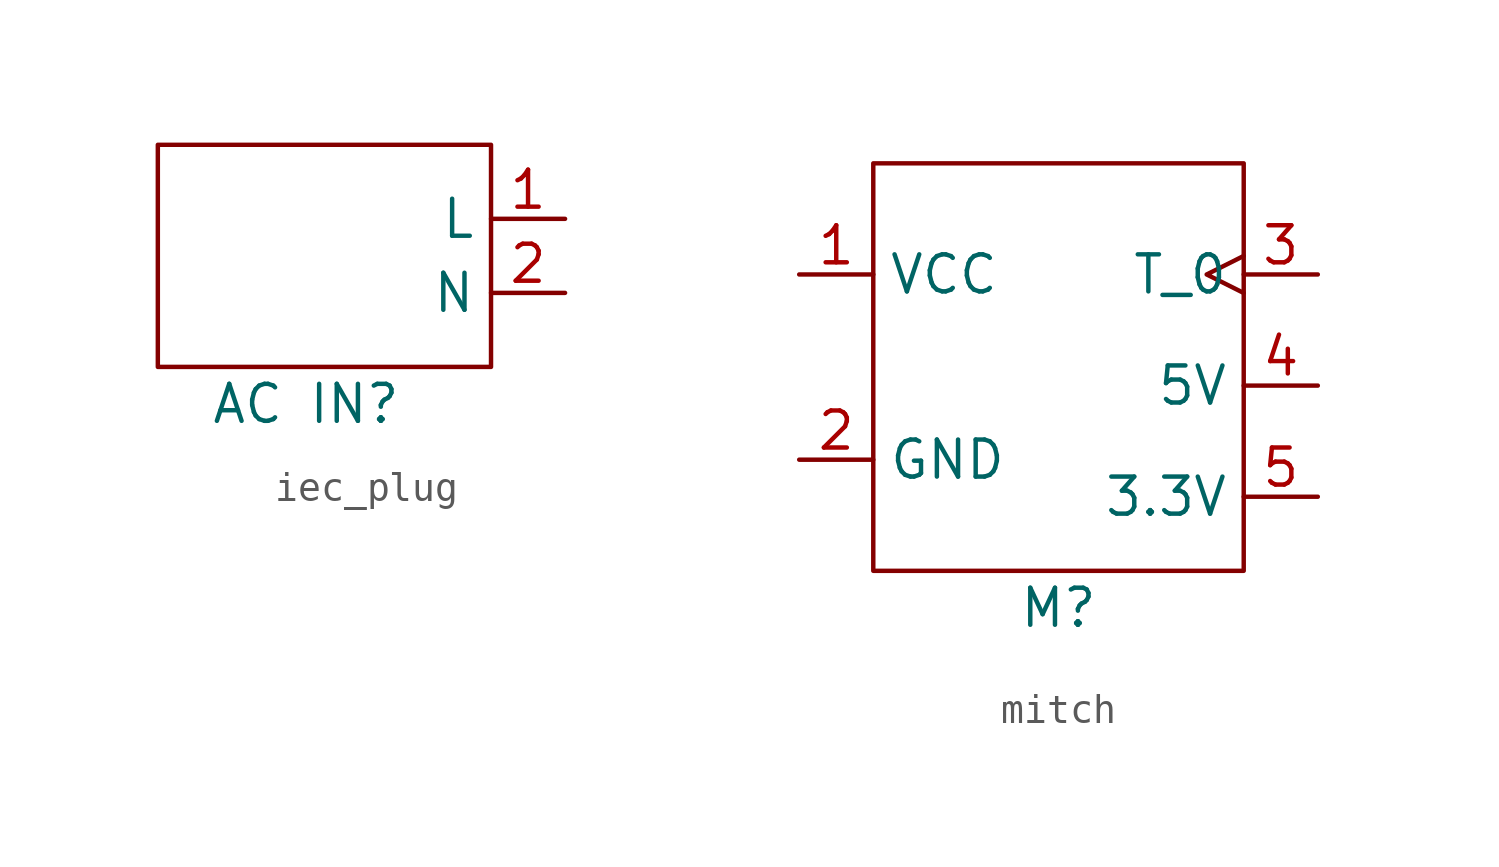
<source format=kicad_sym>
(kicad_symbol_lib
  (version 20231120)
  (generator "kicad_symbol_editor")
  (generator_version "8.0")
  (symbol "iec_plug"
    (property "Reference" "AC IN"
      (at 0 0 0)
      (effects (font (size 1.27 1.27))))
    (property "Value" ""
      (at 0 0 0)
      (effects (font (size 1.27 1.27))))
    (symbol "iec_plug_0_1"
      (rectangle (start -5.08 8.89) (end 6.35 1.27) (stroke (width 0) (type default)) (fill (type none))))
    (symbol "iec_plug_1_1"
      (pin output line (at 8.89 6.35 180) (length 2.54) (name "L" (effects (font (size 1.27 1.27)))) (number "1" (effects (font (size 1.27 1.27)))))
      (pin output line (at 8.89 3.81 180) (length 2.54) (name "N" (effects (font (size 1.27 1.27)))) (number "2" (effects (font (size 1.27 1.27)))))))
  (symbol "mitch"
    (property "Reference" "M"
      (at 0 0 0)
      (effects (font (size 1.27 1.27))))
    (property "Value" ""
      (at 0 0 0)
      (effects (font (size 1.27 1.27))))
    (symbol "mitch_0_1"
      (rectangle (start -6.35 15.24) (end 6.35 1.27) (stroke (width 0) (type default)) (fill (type none))))
    (symbol "mitch_1_1"
      (pin power_in line (at -8.89 11.43 0) (length 2.54) (name "VCC" (effects (font (size 1.27 1.27)))) (number "1" (effects (font (size 1.27 1.27)))))
      (pin power_in line (at -8.89 5.08 0) (length 2.54) (name "GND" (effects (font (size 1.27 1.27)))) (number "2" (effects (font (size 1.27 1.27)))))
      (pin output clock (at 8.89 11.43 180) (length 2.54) (name "T_0" (effects (font (size 1.27 1.27)))) (number "3" (effects (font (size 1.27 1.27)))))
      (pin output line (at 8.89 7.62 180) (length 2.54) (name "5V" (effects (font (size 1.27 1.27)))) (number "4" (effects (font (size 1.27 1.27)))))
      (pin output line (at 8.89 3.81 180) (length 2.54) (name "3.3V" (effects (font (size 1.27 1.27)))) (number "5" (effects (font (size 1.27 1.27))))))))
</source>
